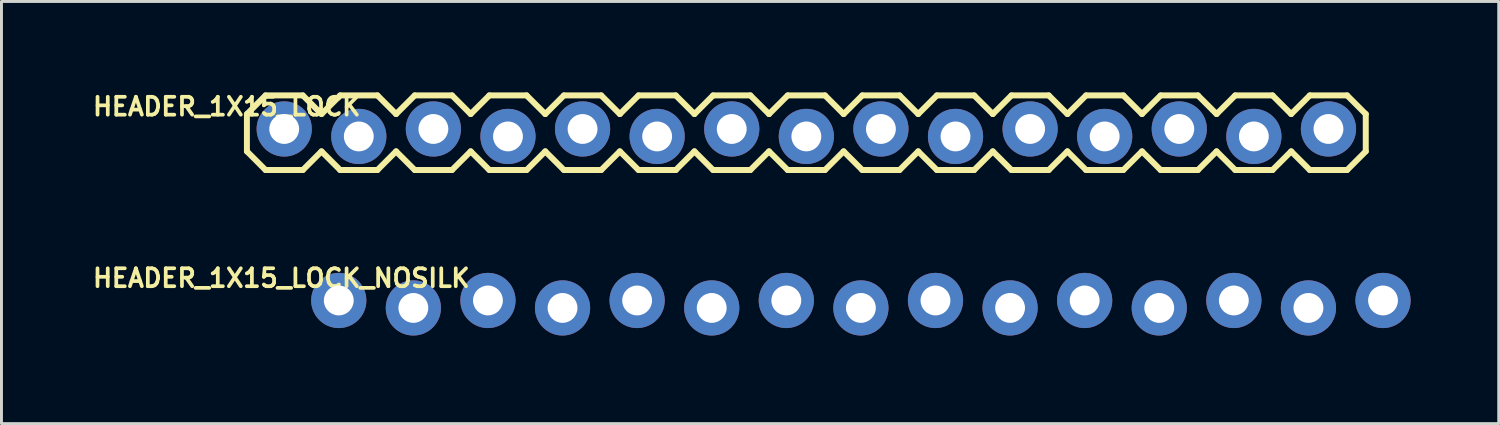
<source format=kicad_pcb>
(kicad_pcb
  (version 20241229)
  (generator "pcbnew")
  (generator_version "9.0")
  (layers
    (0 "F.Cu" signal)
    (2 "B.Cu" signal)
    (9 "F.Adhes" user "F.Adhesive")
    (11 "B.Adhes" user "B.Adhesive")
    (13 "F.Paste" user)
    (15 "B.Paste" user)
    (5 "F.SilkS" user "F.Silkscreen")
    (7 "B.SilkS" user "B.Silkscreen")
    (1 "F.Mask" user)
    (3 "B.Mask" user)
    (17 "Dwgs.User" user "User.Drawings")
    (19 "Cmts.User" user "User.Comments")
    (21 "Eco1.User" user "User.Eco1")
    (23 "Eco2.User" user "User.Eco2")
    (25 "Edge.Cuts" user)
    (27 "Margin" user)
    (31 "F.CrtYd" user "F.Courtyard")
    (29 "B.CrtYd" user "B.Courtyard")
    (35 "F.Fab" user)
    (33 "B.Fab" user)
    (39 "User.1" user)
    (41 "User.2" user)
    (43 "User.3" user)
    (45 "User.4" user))
  (footprint "HEADER_1X15_LOCK_NOSILK"
    (placed yes)
    (layer "F.Cu")
    (at 8.486 7.309)
    (property "Reference" "HEADER_1X15_LOCK_NOSILK" (at -1.956 -0.889 0) (layer "F.SilkS") (effects (font (size 0.61 0.61) (thickness 0.127))))
    (attr exclude_from_pos_files exclude_from_bom)
    (pad "1" thru_hole circle (at 0 -0.127) (size 1.88 1.88) (drill 1.016) (layers "*.Cu" "*.Mask"))
    (pad "2" thru_hole circle (at 2.54 0.127) (size 1.88 1.88) (drill 1.016) (layers "*.Cu" "*.Mask"))
    (pad "3" thru_hole circle (at 5.08 -0.127) (size 1.88 1.88) (drill 1.016) (layers "*.Cu" "*.Mask"))
    (pad "4" thru_hole circle (at 7.62 0.127) (size 1.88 1.88) (drill 1.016) (layers "*.Cu" "*.Mask"))
    (pad "5" thru_hole circle (at 10.16 -0.127) (size 1.88 1.88) (drill 1.016) (layers "*.Cu" "*.Mask"))
    (pad "6" thru_hole circle (at 12.7 0.127) (size 1.88 1.88) (drill 1.016) (layers "*.Cu" "*.Mask"))
    (pad "7" thru_hole circle (at 15.24 -0.127) (size 1.88 1.88) (drill 1.016) (layers "*.Cu" "*.Mask"))
    (pad "8" thru_hole circle (at 17.78 0.127) (size 1.88 1.88) (drill 1.016) (layers "*.Cu" "*.Mask"))
    (pad "9" thru_hole circle (at 20.32 -0.127) (size 1.88 1.88) (drill 1.016) (layers "*.Cu" "*.Mask"))
    (pad "10" thru_hole circle (at 22.86 0.127) (size 1.88 1.88) (drill 1.016) (layers "*.Cu" "*.Mask"))
    (pad "11" thru_hole circle (at 25.4 -0.127) (size 1.88 1.88) (drill 1.016) (layers "*.Cu" "*.Mask"))
    (pad "12" thru_hole circle (at 27.94 0.127) (size 1.88 1.88) (drill 1.016) (layers "*.Cu" "*.Mask"))
    (pad "13" thru_hole circle (at 30.48 -0.127) (size 1.88 1.88) (drill 1.016) (layers "*.Cu" "*.Mask"))
    (pad "14" thru_hole circle (at 33.02 0.127) (size 1.88 1.88) (drill 1.016) (layers "*.Cu" "*.Mask"))
    (pad "15" thru_hole circle (at 35.56 -0.127) (size 1.88 1.88) (drill 1.016) (layers "*.Cu" "*.Mask")))
  (footprint "HEADER_1X15_LOCK"
    (placed yes)
    (layer "F.Cu")
    (at 6.628 1.469)
    (property "Reference" "HEADER_1X15_LOCK" (at -1.956 -0.889 180) (layer "F.SilkS") (effects (font (size 0.61 0.61) (thickness 0.127))))
    (attr exclude_from_pos_files exclude_from_bom)
    (fp_line (start -1.27 -0.635) (end -1.27 0.635) (stroke (width 0.203) (type solid)) (layer "F.SilkS"))
    (fp_line (start -1.27 0.635) (end -0.635 1.27) (stroke (width 0.203) (type solid)) (layer "F.SilkS"))
    (fp_line (start -0.635 -1.27) (end -1.27 -0.635) (stroke (width 0.203) (type solid)) (layer "F.SilkS"))
    (fp_line (start -0.635 -1.27) (end 0.635 -1.27) (stroke (width 0.203) (type solid)) (layer "F.SilkS"))
    (fp_line (start 0.635 -1.27) (end 1.27 -0.635) (stroke (width 0.203) (type solid)) (layer "F.SilkS"))
    (fp_line (start 0.635 1.27) (end -0.635 1.27) (stroke (width 0.203) (type solid)) (layer "F.SilkS"))
    (fp_line (start 1.27 -0.635) (end 1.905 -1.27) (stroke (width 0.203) (type solid)) (layer "F.SilkS"))
    (fp_line (start 1.27 0.635) (end 0.635 1.27) (stroke (width 0.203) (type solid)) (layer "F.SilkS"))
    (fp_line (start 1.905 -1.27) (end 3.175 -1.27) (stroke (width 0.203) (type solid)) (layer "F.SilkS"))
    (fp_line (start 1.905 1.27) (end 1.27 0.635) (stroke (width 0.203) (type solid)) (layer "F.SilkS"))
    (fp_line (start 3.175 -1.27) (end 3.81 -0.635) (stroke (width 0.203) (type solid)) (layer "F.SilkS"))
    (fp_line (start 3.175 1.27) (end 1.905 1.27) (stroke (width 0.203) (type solid)) (layer "F.SilkS"))
    (fp_line (start 3.81 -0.635) (end 4.445 -1.27) (stroke (width 0.203) (type solid)) (layer "F.SilkS"))
    (fp_line (start 3.81 0.635) (end 3.175 1.27) (stroke (width 0.203) (type solid)) (layer "F.SilkS"))
    (fp_line (start 4.445 -1.27) (end 5.715 -1.27) (stroke (width 0.203) (type solid)) (layer "F.SilkS"))
    (fp_line (start 4.445 1.27) (end 3.81 0.635) (stroke (width 0.203) (type solid)) (layer "F.SilkS"))
    (fp_line (start 5.715 -1.27) (end 6.35 -0.635) (stroke (width 0.203) (type solid)) (layer "F.SilkS"))
    (fp_line (start 5.715 1.27) (end 4.445 1.27) (stroke (width 0.203) (type solid)) (layer "F.SilkS"))
    (fp_line (start 6.35 0.635) (end 5.715 1.27) (stroke (width 0.203) (type solid)) (layer "F.SilkS"))
    (fp_line (start 6.35 0.635) (end 6.985 1.27) (stroke (width 0.203) (type solid)) (layer "F.SilkS"))
    (fp_line (start 6.985 -1.27) (end 6.35 -0.635) (stroke (width 0.203) (type solid)) (layer "F.SilkS"))
    (fp_line (start 6.985 -1.27) (end 8.255 -1.27) (stroke (width 0.203) (type solid)) (layer "F.SilkS"))
    (fp_line (start 8.255 -1.27) (end 8.89 -0.635) (stroke (width 0.203) (type solid)) (layer "F.SilkS"))
    (fp_line (start 8.255 1.27) (end 6.985 1.27) (stroke (width 0.203) (type solid)) (layer "F.SilkS"))
    (fp_line (start 8.89 -0.635) (end 9.525 -1.27) (stroke (width 0.203) (type solid)) (layer "F.SilkS"))
    (fp_line (start 8.89 0.635) (end 8.255 1.27) (stroke (width 0.203) (type solid)) (layer "F.SilkS"))
    (fp_line (start 9.525 -1.27) (end 10.795 -1.27) (stroke (width 0.203) (type solid)) (layer "F.SilkS"))
    (fp_line (start 9.525 1.27) (end 8.89 0.635) (stroke (width 0.203) (type solid)) (layer "F.SilkS"))
    (fp_line (start 10.795 -1.27) (end 11.43 -0.635) (stroke (width 0.203) (type solid)) (layer "F.SilkS"))
    (fp_line (start 10.795 1.27) (end 9.525 1.27) (stroke (width 0.203) (type solid)) (layer "F.SilkS"))
    (fp_line (start 11.43 -0.635) (end 12.065 -1.27) (stroke (width 0.203) (type solid)) (layer "F.SilkS"))
    (fp_line (start 11.43 0.635) (end 10.795 1.27) (stroke (width 0.203) (type solid)) (layer "F.SilkS"))
    (fp_line (start 12.065 -1.27) (end 13.335 -1.27) (stroke (width 0.203) (type solid)) (layer "F.SilkS"))
    (fp_line (start 12.065 1.27) (end 11.43 0.635) (stroke (width 0.203) (type solid)) (layer "F.SilkS"))
    (fp_line (start 13.335 -1.27) (end 13.97 -0.635) (stroke (width 0.203) (type solid)) (layer "F.SilkS"))
    (fp_line (start 13.335 1.27) (end 12.065 1.27) (stroke (width 0.203) (type solid)) (layer "F.SilkS"))
    (fp_line (start 13.97 0.635) (end 13.335 1.27) (stroke (width 0.203) (type solid)) (layer "F.SilkS"))
    (fp_line (start 13.97 0.635) (end 14.605 1.27) (stroke (width 0.203) (type solid)) (layer "F.SilkS"))
    (fp_line (start 14.605 -1.27) (end 13.97 -0.635) (stroke (width 0.203) (type solid)) (layer "F.SilkS"))
    (fp_line (start 14.605 -1.27) (end 15.875 -1.27) (stroke (width 0.203) (type solid)) (layer "F.SilkS"))
    (fp_line (start 15.875 -1.27) (end 16.51 -0.635) (stroke (width 0.203) (type solid)) (layer "F.SilkS"))
    (fp_line (start 15.875 1.27) (end 14.605 1.27) (stroke (width 0.203) (type solid)) (layer "F.SilkS"))
    (fp_line (start 16.51 0.635) (end 15.875 1.27) (stroke (width 0.203) (type solid)) (layer "F.SilkS"))
    (fp_line (start 16.51 0.635) (end 17.145 1.27) (stroke (width 0.203) (type solid)) (layer "F.SilkS"))
    (fp_line (start 17.145 -1.27) (end 16.51 -0.635) (stroke (width 0.203) (type solid)) (layer "F.SilkS"))
    (fp_line (start 17.145 -1.27) (end 18.415 -1.27) (stroke (width 0.203) (type solid)) (layer "F.SilkS"))
    (fp_line (start 18.415 -1.27) (end 19.05 -0.635) (stroke (width 0.203) (type solid)) (layer "F.SilkS"))
    (fp_line (start 18.415 1.27) (end 17.145 1.27) (stroke (width 0.203) (type solid)) (layer "F.SilkS"))
    (fp_line (start 19.05 -0.635) (end 19.685 -1.27) (stroke (width 0.203) (type solid)) (layer "F.SilkS"))
    (fp_line (start 19.05 0.635) (end 18.415 1.27) (stroke (width 0.203) (type solid)) (layer "F.SilkS"))
    (fp_line (start 19.685 -1.27) (end 20.955 -1.27) (stroke (width 0.203) (type solid)) (layer "F.SilkS"))
    (fp_line (start 19.685 1.27) (end 19.05 0.635) (stroke (width 0.203) (type solid)) (layer "F.SilkS"))
    (fp_line (start 20.955 -1.27) (end 21.59 -0.635) (stroke (width 0.203) (type solid)) (layer "F.SilkS"))
    (fp_line (start 20.955 1.27) (end 19.685 1.27) (stroke (width 0.203) (type solid)) (layer "F.SilkS"))
    (fp_line (start 21.59 -0.635) (end 22.225 -1.27) (stroke (width 0.203) (type solid)) (layer "F.SilkS"))
    (fp_line (start 21.59 0.635) (end 20.955 1.27) (stroke (width 0.203) (type solid)) (layer "F.SilkS"))
    (fp_line (start 22.225 -1.27) (end 23.495 -1.27) (stroke (width 0.203) (type solid)) (layer "F.SilkS"))
    (fp_line (start 22.225 1.27) (end 21.59 0.635) (stroke (width 0.203) (type solid)) (layer "F.SilkS"))
    (fp_line (start 23.495 -1.27) (end 24.13 -0.635) (stroke (width 0.203) (type solid)) (layer "F.SilkS"))
    (fp_line (start 23.495 1.27) (end 22.225 1.27) (stroke (width 0.203) (type solid)) (layer "F.SilkS"))
    (fp_line (start 24.13 0.635) (end 23.495 1.27) (stroke (width 0.203) (type solid)) (layer "F.SilkS"))
    (fp_line (start 24.13 0.635) (end 24.765 1.27) (stroke (width 0.203) (type solid)) (layer "F.SilkS"))
    (fp_line (start 24.765 -1.27) (end 24.13 -0.635) (stroke (width 0.203) (type solid)) (layer "F.SilkS"))
    (fp_line (start 24.765 -1.27) (end 26.035 -1.27) (stroke (width 0.203) (type solid)) (layer "F.SilkS"))
    (fp_line (start 26.035 -1.27) (end 26.67 -0.635) (stroke (width 0.203) (type solid)) (layer "F.SilkS"))
    (fp_line (start 26.035 1.27) (end 24.765 1.27) (stroke (width 0.203) (type solid)) (layer "F.SilkS"))
    (fp_line (start 26.67 -0.635) (end 27.305 -1.27) (stroke (width 0.203) (type solid)) (layer "F.SilkS"))
    (fp_line (start 26.67 0.635) (end 26.035 1.27) (stroke (width 0.203) (type solid)) (layer "F.SilkS"))
    (fp_line (start 27.305 -1.27) (end 28.575 -1.27) (stroke (width 0.203) (type solid)) (layer "F.SilkS"))
    (fp_line (start 27.305 1.27) (end 26.67 0.635) (stroke (width 0.203) (type solid)) (layer "F.SilkS"))
    (fp_line (start 28.575 -1.27) (end 29.21 -0.635) (stroke (width 0.203) (type solid)) (layer "F.SilkS"))
    (fp_line (start 28.575 1.27) (end 27.305 1.27) (stroke (width 0.203) (type solid)) (layer "F.SilkS"))
    (fp_line (start 29.21 -0.635) (end 29.845 -1.27) (stroke (width 0.203) (type solid)) (layer "F.SilkS"))
    (fp_line (start 29.21 0.635) (end 28.575 1.27) (stroke (width 0.203) (type solid)) (layer "F.SilkS"))
    (fp_line (start 29.845 -1.27) (end 31.115 -1.27) (stroke (width 0.203) (type solid)) (layer "F.SilkS"))
    (fp_line (start 29.845 1.27) (end 29.21 0.635) (stroke (width 0.203) (type solid)) (layer "F.SilkS"))
    (fp_line (start 31.115 -1.27) (end 31.75 -0.635) (stroke (width 0.203) (type solid)) (layer "F.SilkS"))
    (fp_line (start 31.115 1.27) (end 29.845 1.27) (stroke (width 0.203) (type solid)) (layer "F.SilkS"))
    (fp_line (start 31.75 0.635) (end 31.115 1.27) (stroke (width 0.203) (type solid)) (layer "F.SilkS"))
    (fp_line (start 31.75 0.635) (end 32.385 1.27) (stroke (width 0.203) (type solid)) (layer "F.SilkS"))
    (fp_line (start 32.385 -1.27) (end 31.75 -0.635) (stroke (width 0.203) (type solid)) (layer "F.SilkS"))
    (fp_line (start 32.385 -1.27) (end 33.655 -1.27) (stroke (width 0.203) (type solid)) (layer "F.SilkS"))
    (fp_line (start 33.655 -1.27) (end 34.29 -0.635) (stroke (width 0.203) (type solid)) (layer "F.SilkS"))
    (fp_line (start 33.655 1.27) (end 32.385 1.27) (stroke (width 0.203) (type solid)) (layer "F.SilkS"))
    (fp_line (start 34.29 0.635) (end 33.655 1.27) (stroke (width 0.203) (type solid)) (layer "F.SilkS"))
    (fp_line (start 34.29 0.635) (end 34.925 1.27) (stroke (width 0.203) (type solid)) (layer "F.SilkS"))
    (fp_line (start 34.925 -1.27) (end 34.29 -0.635) (stroke (width 0.203) (type solid)) (layer "F.SilkS"))
    (fp_line (start 34.925 -1.27) (end 36.195 -1.27) (stroke (width 0.203) (type solid)) (layer "F.SilkS"))
    (fp_line (start 36.195 -1.27) (end 36.83 -0.635) (stroke (width 0.203) (type solid)) (layer "F.SilkS"))
    (fp_line (start 36.195 1.27) (end 34.925 1.27) (stroke (width 0.203) (type solid)) (layer "F.SilkS"))
    (fp_line (start 36.83 -0.635) (end 36.83 0.635) (stroke (width 0.203) (type solid)) (layer "F.SilkS"))
    (fp_line (start 36.83 0.635) (end 36.195 1.27) (stroke (width 0.203) (type solid)) (layer "F.SilkS"))
    (pad "1" thru_hole circle (at 0 -0.127) (size 1.88 1.88) (drill 1.016) (layers "*.Cu" "*.Mask"))
    (pad "2" thru_hole circle (at 2.54 0.127) (size 1.88 1.88) (drill 1.016) (layers "*.Cu" "*.Mask"))
    (pad "3" thru_hole circle (at 5.08 -0.127) (size 1.88 1.88) (drill 1.016) (layers "*.Cu" "*.Mask"))
    (pad "4" thru_hole circle (at 7.62 0.127) (size 1.88 1.88) (drill 1.016) (layers "*.Cu" "*.Mask"))
    (pad "5" thru_hole circle (at 10.16 -0.127) (size 1.88 1.88) (drill 1.016) (layers "*.Cu" "*.Mask"))
    (pad "6" thru_hole circle (at 12.7 0.127) (size 1.88 1.88) (drill 1.016) (layers "*.Cu" "*.Mask"))
    (pad "7" thru_hole circle (at 15.24 -0.127) (size 1.88 1.88) (drill 1.016) (layers "*.Cu" "*.Mask"))
    (pad "8" thru_hole circle (at 17.78 0.127) (size 1.88 1.88) (drill 1.016) (layers "*.Cu" "*.Mask"))
    (pad "9" thru_hole circle (at 20.32 -0.127) (size 1.88 1.88) (drill 1.016) (layers "*.Cu" "*.Mask"))
    (pad "10" thru_hole circle (at 22.86 0.127) (size 1.88 1.88) (drill 1.016) (layers "*.Cu" "*.Mask"))
    (pad "11" thru_hole circle (at 25.4 -0.127) (size 1.88 1.88) (drill 1.016) (layers "*.Cu" "*.Mask"))
    (pad "12" thru_hole circle (at 27.94 0.127) (size 1.88 1.88) (drill 1.016) (layers "*.Cu" "*.Mask"))
    (pad "13" thru_hole circle (at 30.48 -0.127) (size 1.88 1.88) (drill 1.016) (layers "*.Cu" "*.Mask"))
    (pad "14" thru_hole circle (at 33.02 0.127) (size 1.88 1.88) (drill 1.016) (layers "*.Cu" "*.Mask"))
    (pad "15" thru_hole circle (at 35.56 -0.127) (size 1.88 1.88) (drill 1.016) (layers "*.Cu" "*.Mask")))
  (gr_rect
    (start -3 -3)
    (end 47.986 11.375)
    (stroke (width 0.1) (type default))
    (fill no)
    (layer "Edge.Cuts")))
</source>
